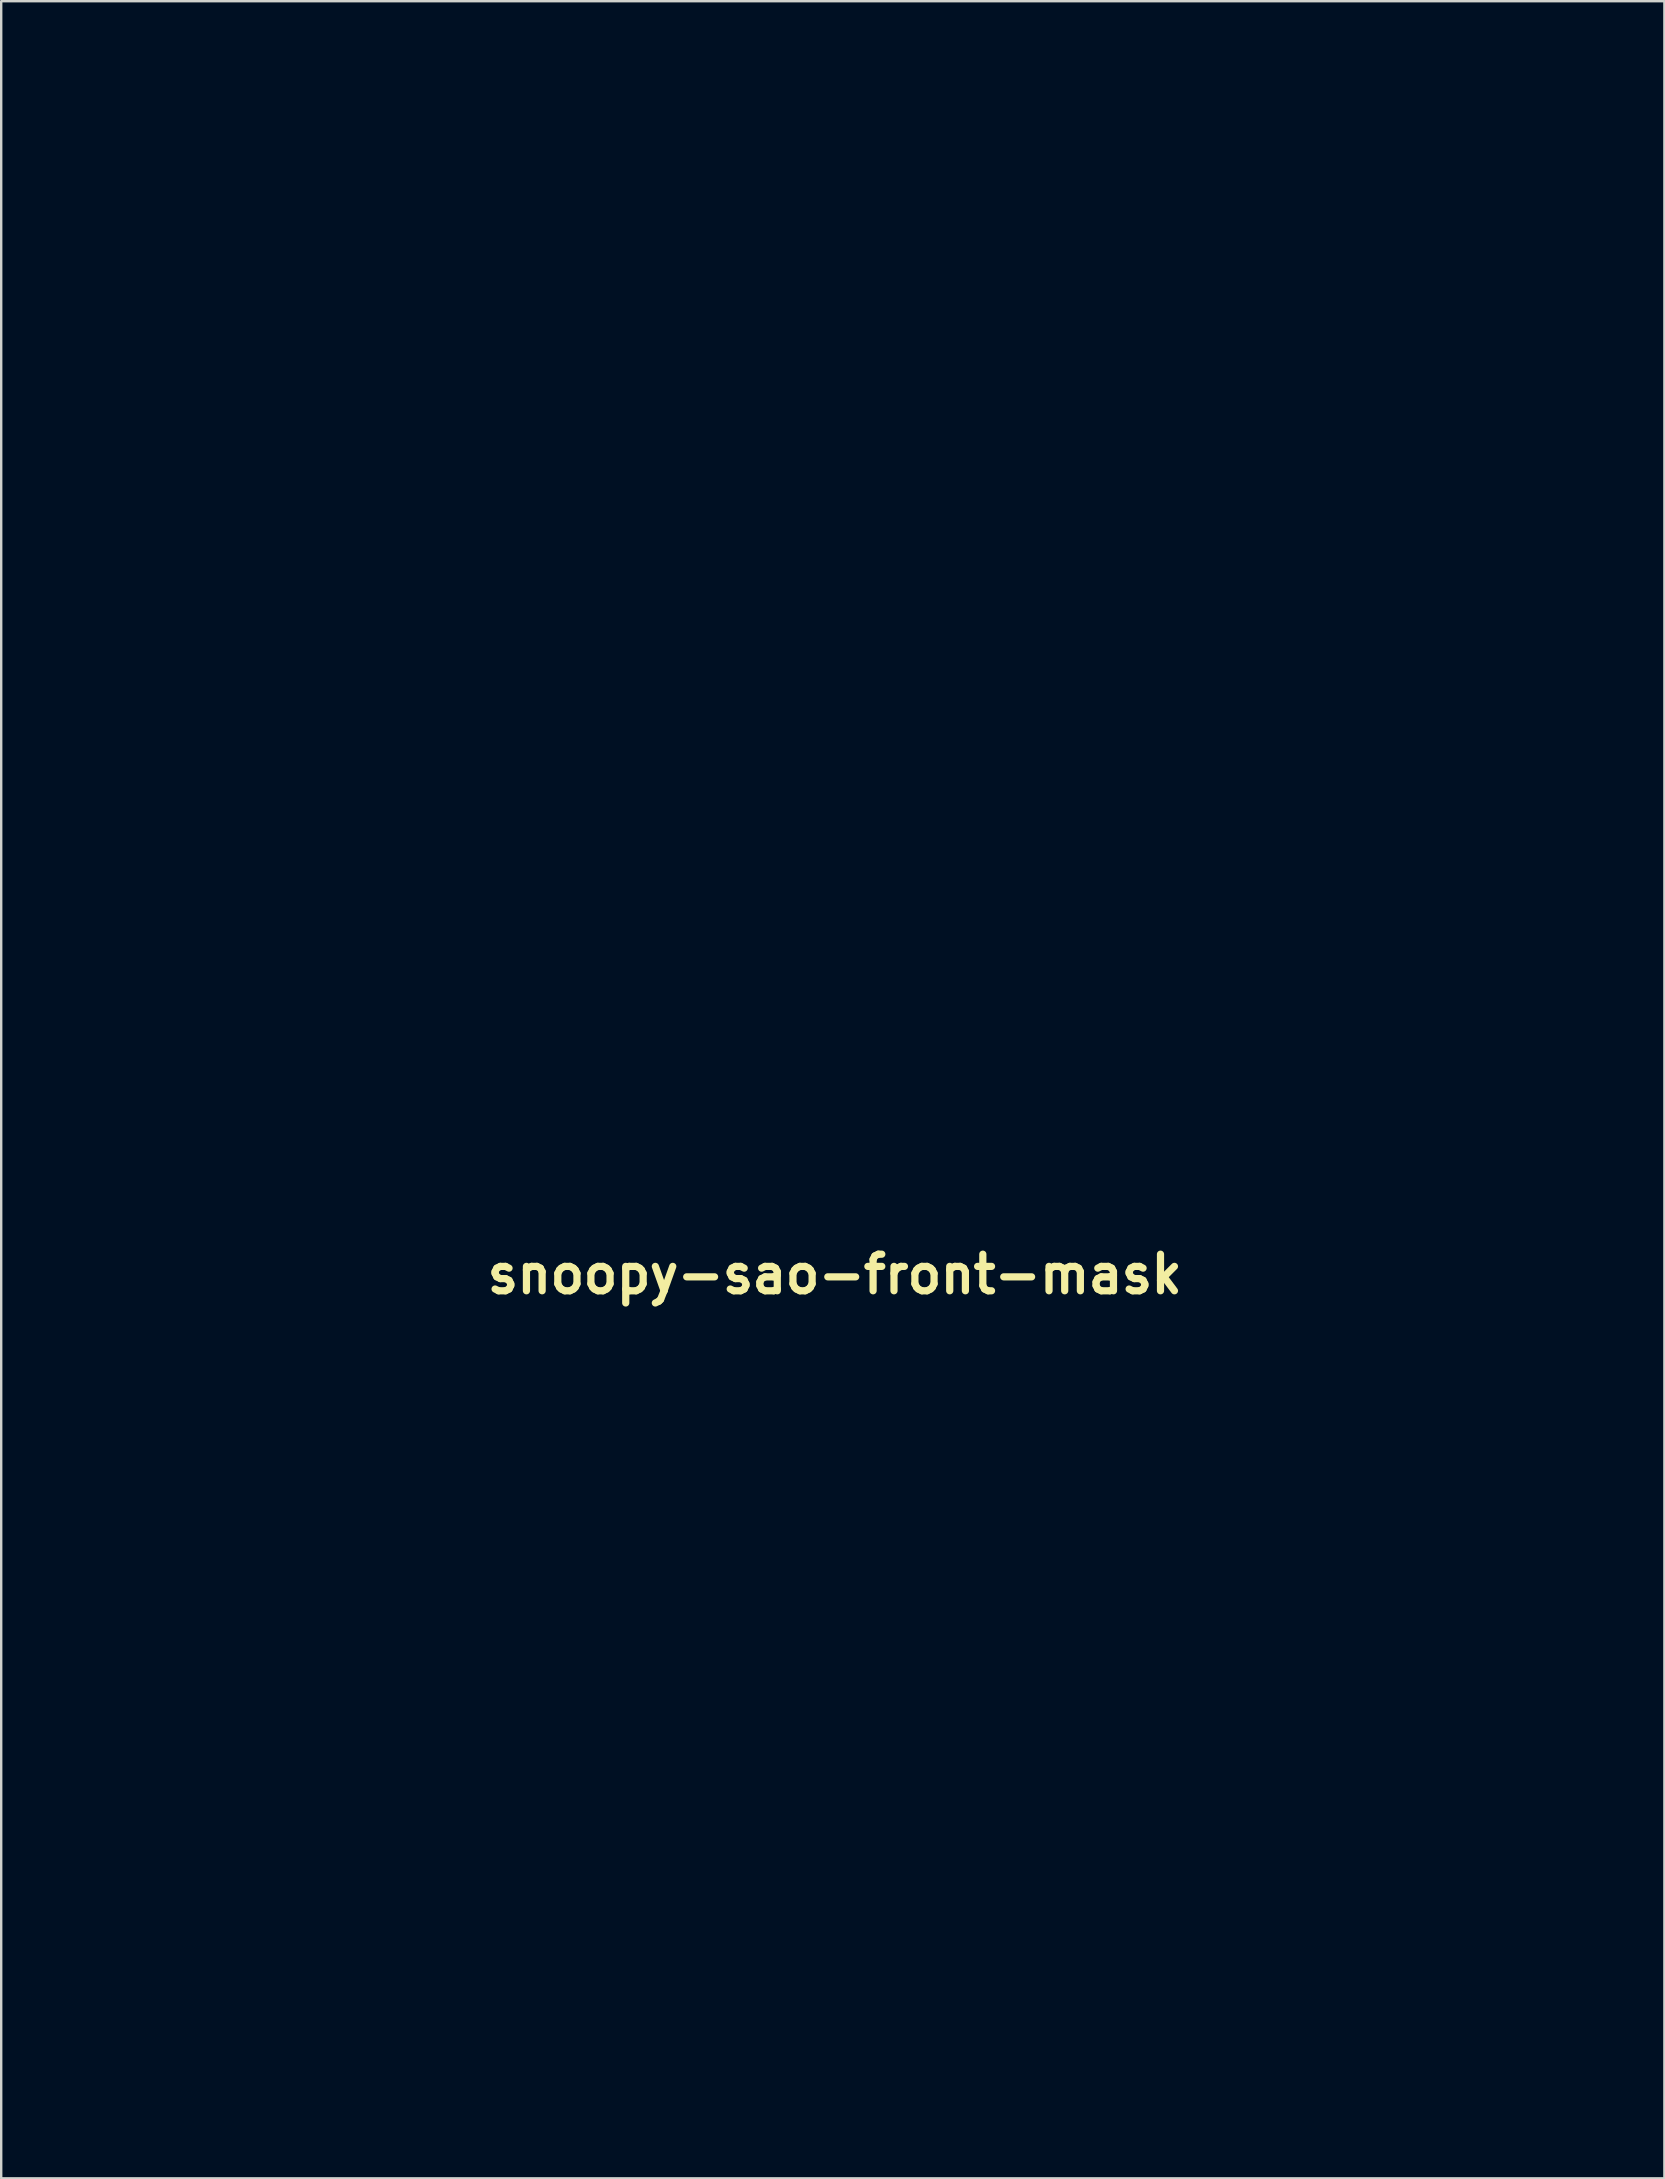
<source format=kicad_pcb>
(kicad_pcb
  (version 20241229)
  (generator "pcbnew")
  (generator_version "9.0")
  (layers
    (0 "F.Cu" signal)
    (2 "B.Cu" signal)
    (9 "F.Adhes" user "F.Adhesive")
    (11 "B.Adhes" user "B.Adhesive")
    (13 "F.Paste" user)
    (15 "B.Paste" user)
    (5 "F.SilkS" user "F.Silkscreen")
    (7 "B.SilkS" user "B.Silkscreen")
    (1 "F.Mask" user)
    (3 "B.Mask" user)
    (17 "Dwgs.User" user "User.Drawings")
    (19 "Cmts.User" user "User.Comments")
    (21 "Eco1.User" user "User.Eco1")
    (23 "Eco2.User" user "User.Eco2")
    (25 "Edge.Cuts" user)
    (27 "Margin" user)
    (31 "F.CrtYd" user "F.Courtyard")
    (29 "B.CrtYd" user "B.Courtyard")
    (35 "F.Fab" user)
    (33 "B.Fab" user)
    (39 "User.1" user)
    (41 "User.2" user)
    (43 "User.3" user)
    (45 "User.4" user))
  (footprint "snoopy-sao-front-mask"
    (layer "F.Cu")
    (at 31.728 50.037)
    (property "Reference" "snoopy-sao-front-mask" (at 0 0 0) (layer "F.SilkS") (effects (font (size 1.524 1.524) (thickness 0.3))))
    (attr through_hole)
    (fp_poly (pts (xy 0.711 -34.122) (xy 1.103 -33.608) (xy 1.427 -32.756) (xy 1.655 -31.624) (xy 1.756 -30.266) (xy 1.758 -30.19) (xy 1.731 -29.297) (xy 1.601 -28.8) (xy 1.376 -28.602) (xy 1.003 -28.476) (xy 0.746 -28.532) (xy 0.365 -28.838) (xy 0.301 -28.892) (xy -0.02 -29.423) (xy -0.264 -30.294) (xy -0.414 -31.342) (xy -0.457 -32.403) (xy -0.376 -33.314) (xy -0.159 -33.909) (xy 0.281 -34.241) (xy 0.711 -34.122)) (stroke (width 0.01) (type solid)) (fill yes) (layer "F.Mask"))
    (fp_poly (pts (xy 23.816 -34.96) (xy 23.788 -34.653) (xy 23.537 -34.31) (xy 23.206 -33.845) (xy 22.801 -33.178) (xy 22.389 -32.435) (xy 22.035 -31.74) (xy 21.807 -31.219) (xy 21.771 -30.997) (xy 21.778 -30.995) (xy 22.174 -31.197) (xy 22.732 -31.697) (xy 23.338 -32.37) (xy 23.873 -33.091) (xy 24.122 -33.513) (xy 24.524 -34.169) (xy 24.873 -34.519) (xy 25.099 -34.508) (xy 25.146 -34.284) (xy 25.356 -34.008) (xy 25.757 -33.791) (xy 26.323 -33.318) (xy 26.54 -32.781) (xy 26.716 -32.242) (xy 26.909 -32.005) (xy 26.917 -32.004) (xy 27.144 -31.838) (xy 27.358 -31.316) (xy 27.568 -30.405) (xy 27.78 -29.069) (xy 28.003 -27.274) (xy 28.096 -26.416) (xy 28.147 -25.017) (xy 27.98 -23.619) (xy 27.566 -22.132) (xy 26.88 -20.467) (xy 25.895 -18.535) (xy 25.547 -17.907) (xy 24.757 -16.53) (xy 24.137 -15.535) (xy 23.629 -14.848) (xy 23.177 -14.398) (xy 22.722 -14.112) (xy 22.424 -13.989) (xy 21.613 -13.644) (xy 20.897 -13.251) (xy 20.828 -13.204) (xy 20.16 -12.875) (xy 19.308 -12.619) (xy 19.116 -12.582) (xy 18.383 -12.506) (xy 17.885 -12.645) (xy 17.364 -13.077) (xy 17.287 -13.154) (xy 16.777 -13.779) (xy 16.455 -14.388) (xy 16.423 -14.509) (xy 16.135 -16.092) (xy 15.94 -17.319) (xy 15.822 -18.328) (xy 15.809 -18.542) (xy 21.082 -18.542) (xy 21.175 -18.333) (xy 21.251 -18.373) (xy 21.282 -18.674) (xy 21.251 -18.711) (xy 21.1 -18.676) (xy 21.082 -18.542) (xy 15.809 -18.542) (xy 15.764 -19.26) (xy 15.749 -20.208) (xy 15.814 -22.168) (xy 15.873 -22.606) (xy 24.384 -22.606) (xy 24.477 -22.397) (xy 24.553 -22.437) (xy 24.584 -22.738) (xy 24.553 -22.775) (xy 24.402 -22.74) (xy 24.384 -22.606) (xy 15.873 -22.606) (xy 16.011 -23.64) (xy 19.329 -23.64) (xy 19.491 -23.372) (xy 19.528 -23.368) (xy 19.715 -23.591) (xy 19.938 -24.158) (xy 20.047 -24.542) (xy 20.352 -25.499) (xy 20.658 -26.253) (xy 24.165 -26.253) (xy 24.319 -26.286) (xy 24.322 -26.289) (xy 24.501 -26.648) (xy 24.733 -27.36) (xy 24.971 -28.281) (xy 25.002 -28.417) (xy 25.186 -29.33) (xy 25.292 -30.035) (xy 25.299 -30.402) (xy 25.289 -30.421) (xy 25.168 -30.429) (xy 25.036 -30.153) (xy 24.867 -29.52) (xy 24.659 -28.575) (xy 24.468 -27.694) (xy 24.29 -26.922) (xy 24.227 -26.67) (xy 24.165 -26.253) (xy 20.658 -26.253) (xy 20.777 -26.547) (xy 20.966 -26.947) (xy 21.39 -27.831) (xy 21.547 -28.331) (xy 21.433 -28.498) (xy 21.043 -28.385) (xy 20.828 -28.283) (xy 20.27 -27.886) (xy 20.072 -27.333) (xy 20.062 -27.096) (xy 19.97 -26.318) (xy 19.747 -25.433) (xy 19.692 -25.273) (xy 19.398 -24.293) (xy 19.329 -23.64) (xy 16.011 -23.64) (xy 16.035 -23.82) (xy 16.456 -25.353) (xy 17.12 -26.956) (xy 17.514 -27.757) (xy 18.43 -29.489) (xy 19.284 -30.98) (xy 20.045 -32.183) (xy 20.682 -33.053) (xy 21.166 -33.545) (xy 21.433 -33.631) (xy 21.837 -33.728) (xy 22.333 -34.211) (xy 22.378 -34.271) (xy 22.869 -34.782) (xy 23.34 -35.043) (xy 23.416 -35.052) (xy 23.816 -34.96)) (stroke (width 0.01) (type solid)) (fill yes) (layer "F.Mask"))
    (fp_poly (pts (xy 4.217 -49.811) (xy 4.916 -49.217) (xy 5.419 -48.376) (xy 5.46 -48.264) (xy 5.736 -47.442) (xy 6.488 -48.06) (xy 7.621 -48.719) (xy 9.188 -49.21) (xy 11.14 -49.518) (xy 12.422 -49.608) (xy 13.677 -49.639) (xy 14.618 -49.591) (xy 15.436 -49.439) (xy 16.322 -49.161) (xy 16.471 -49.108) (xy 17.374 -48.749) (xy 18.125 -48.393) (xy 18.546 -48.129) (xy 18.978 -47.825) (xy 19.197 -47.751) (xy 19.51 -47.59) (xy 20.024 -47.185) (xy 20.263 -46.97) (xy 20.94 -46.453) (xy 21.872 -45.885) (xy 22.733 -45.447) (xy 23.618 -44.988) (xy 24.349 -44.505) (xy 24.761 -44.111) (xy 25.291 -43.533) (xy 25.804 -43.168) (xy 26.421 -42.673) (xy 26.795 -42.173) (xy 27.198 -41.531) (xy 27.724 -40.842) (xy 27.765 -40.795) (xy 28.235 -40.099) (xy 28.532 -39.388) (xy 28.545 -39.328) (xy 28.784 -38.65) (xy 29.198 -37.862) (xy 29.332 -37.654) (xy 29.811 -36.698) (xy 29.977 -35.596) (xy 29.98 -35.438) (xy 30.06 -34.563) (xy 30.254 -33.861) (xy 30.361 -33.67) (xy 30.589 -33.12) (xy 30.721 -32.32) (xy 30.734 -31.986) (xy 30.824 -31.016) (xy 31.047 -30.071) (xy 31.127 -29.856) (xy 31.377 -28.987) (xy 31.516 -27.986) (xy 31.525 -27.73) (xy 31.535 -26.775) (xy 31.553 -25.862) (xy 31.559 -25.654) (xy 31.529 -24.927) (xy 31.421 -23.94) (xy 31.289 -23.086) (xy 30.597 -20.234) (xy 29.601 -17.639) (xy 28.332 -15.336) (xy 26.82 -13.36) (xy 25.098 -11.747) (xy 23.196 -10.533) (xy 21.146 -9.752) (xy 19.279 -9.454) (xy 17.767 -9.459) (xy 16.582 -9.718) (xy 15.583 -10.288) (xy 14.63 -11.225) (xy 14.532 -11.341) (xy 13.995 -11.944) (xy 13.574 -12.345) (xy 13.405 -12.446) (xy 13.002 -12.289) (xy 12.35 -11.879) (xy 11.571 -11.309) (xy 10.788 -10.671) (xy 10.126 -10.057) (xy 9.933 -9.85) (xy 9.356 -9.033) (xy 8.877 -8.058) (xy 8.537 -7.055) (xy 8.374 -6.154) (xy 8.428 -5.484) (xy 8.552 -5.273) (xy 8.787 -4.94) (xy 8.642 -4.622) (xy 8.494 -4.466) (xy 8.275 -4.165) (xy 8.17 -3.737) (xy 8.165 -3.055) (xy 8.237 -2.08) (xy 8.394 -0.853) (xy 8.625 0.331) (xy 8.9 1.354) (xy 9.185 2.098) (xy 9.428 2.432) (xy 9.619 2.774) (xy 9.652 3.042) (xy 9.771 3.518) (xy 10.079 4.276) (xy 10.507 5.163) (xy 10.982 6.026) (xy 11.183 6.35) (xy 11.469 6.881) (xy 11.684 7.366) (xy 11.96 7.998) (xy 12.154 8.382) (xy 12.885 9.923) (xy 13.6 11.955) (xy 13.741 12.422) (xy 14.023 13.465) (xy 14.161 14.31) (xy 14.172 15.184) (xy 14.076 16.313) (xy 14.064 16.422) (xy 13.832 18.541) (xy 14.726 18.68) (xy 15.925 18.895) (xy 17.328 19.189) (xy 18.782 19.526) (xy 20.135 19.869) (xy 21.233 20.183) (xy 21.718 20.345) (xy 22.654 20.786) (xy 23.539 21.349) (xy 23.837 21.592) (xy 24.452 22.081) (xy 24.97 22.254) (xy 25.55 22.204) (xy 26.204 22.158) (xy 26.443 22.313) (xy 26.291 22.615) (xy 25.774 23.014) (xy 24.956 23.438) (xy 22.87 24.268) (xy 21.059 24.748) (xy 19.419 24.874) (xy 17.848 24.637) (xy 16.244 24.032) (xy 14.505 23.05) (xy 13.963 22.696) (xy 12.065 21.424) (xy 11.255 21.98) (xy 10.738 22.411) (xy 10.656 22.721) (xy 10.721 22.811) (xy 10.869 23.185) (xy 11.008 23.918) (xy 11.11 24.862) (xy 11.12 25.005) (xy 11.22 26.019) (xy 11.362 26.693) (xy 11.527 26.943) (xy 12.831 27.058) (xy 13.937 27.232) (xy 15.154 27.515) (xy 15.301 27.553) (xy 16.375 27.888) (xy 17.137 28.285) (xy 17.779 28.851) (xy 17.891 28.972) (xy 18.583 29.93) (xy 19.031 30.941) (xy 19.189 31.869) (xy 19.051 32.511) (xy 18.836 32.867) (xy 18.577 33.043) (xy 18.082 33.141) (xy 17.78 33.18) (xy 17.194 33.255) (xy 16.314 33.368) (xy 15.494 33.472) (xy 14.49 33.65) (xy 13.573 33.895) (xy 13.056 34.101) (xy 12.783 34.214) (xy 12.399 34.308) (xy 11.851 34.384) (xy 11.087 34.447) (xy 10.057 34.498) (xy 8.706 34.54) (xy 6.984 34.577) (xy 4.838 34.612) (xy 3.277 34.632) (xy 1.074 34.654) (xy -0.978 34.66) (xy -2.817 34.652) (xy -4.378 34.632) (xy -5.602 34.598) (xy -6.424 34.553) (xy -6.731 34.513) (xy -7.957 34.282) (xy -9.47 34.071) (xy -11.051 33.905) (xy -12.479 33.809) (xy -12.97 33.796) (xy -13.853 33.748) (xy -14.435 33.578) (xy -14.922 33.213) (xy -15.095 33.039) (xy -15.69 32.073) (xy -15.86 30.926) (xy -15.822 30.741) (xy -14.702 30.741) (xy -14.524 31.596) (xy -14.208 32.02) (xy -13.655 32.412) (xy -13.286 32.341) (xy -13.148 31.828) (xy -13.162 31.555) (xy -13.027 30.72) (xy -12.523 30.065) (xy -11.773 29.734) (xy -11.557 29.718) (xy -11.04 29.826) (xy -10.968 30.084) (xy -11.345 30.39) (xy -11.532 30.471) (xy -12.17 30.83) (xy -12.376 31.33) (xy -12.306 31.84) (xy -12.045 32.315) (xy -11.481 32.535) (xy -11.306 32.56) (xy -10.737 32.583) (xy -10.466 32.383) (xy -10.327 31.823) (xy -10.316 31.76) (xy -9.86 30.458) (xy -8.929 29.287) (xy -7.512 28.235) (xy -7.216 28.064) (xy -6.351 27.603) (xy -5.649 27.315) (xy -4.925 27.155) (xy -3.995 27.075) (xy -3.207 27.045) (xy -2.079 26.981) (xy -1.065 26.873) (xy -0.33 26.74) (xy -0.157 26.687) (xy 0.605 26.533) (xy 1.623 26.602) (xy 1.993 26.665) (xy 2.949 26.787) (xy 3.84 26.811) (xy 4.23 26.773) (xy 4.698 26.653) (xy 4.963 26.427) (xy 5.107 25.958) (xy 5.207 25.184) (xy 5.388 23.989) (xy 5.621 23.158) (xy 5.888 22.742) (xy 6.098 22.734) (xy 6.211 23.048) (xy 6.285 23.732) (xy 6.319 24.651) (xy 6.314 25.671) (xy 6.272 26.654) (xy 6.193 27.466) (xy 6.078 27.971) (xy 6.062 28.003) (xy 5.665 28.406) (xy 5.211 28.312) (xy 4.981 28.076) (xy 4.541 27.852) (xy 3.68 27.713) (xy 2.476 27.659) (xy 1.009 27.685) (xy -0.643 27.792) (xy -2.401 27.975) (xy -4.186 28.233) (xy -4.826 28.345) (xy -5.61 28.624) (xy -6.505 29.144) (xy -7.395 29.809) (xy -8.165 30.525) (xy -8.698 31.196) (xy -8.88 31.681) (xy -8.672 32.065) (xy -8.14 32.456) (xy -7.452 32.744) (xy -7.147 32.809) (xy -6.707 32.774) (xy -6.419 32.43) (xy -6.258 32.009) (xy -5.878 31.341) (xy -5.322 30.889) (xy -4.734 30.732) (xy -4.288 30.917) (xy -4.219 31.182) (xy -4.579 31.488) (xy -4.797 31.608) (xy -5.345 32.042) (xy -5.588 32.54) (xy -5.481 32.962) (xy -5.271 33.106) (xy -4.835 33.188) (xy -4.116 33.243) (xy -3.81 33.252) (xy -3.064 33.222) (xy -2.623 33.036) (xy -2.287 32.601) (xy -2.234 32.51) (xy -1.779 31.945) (xy -1.182 31.755) (xy -1.028 31.75) (xy -0.444 31.84) (xy -0.268 32.053) (xy -0.54 32.301) (xy -0.739 32.378) (xy -1.297 32.68) (xy -1.511 32.877) (xy -1.374 32.99) (xy -0.803 33.078) (xy 0.128 33.141) (xy 1.347 33.181) (xy 2.779 33.199) (xy 4.352 33.196) (xy 5.993 33.172) (xy 7.627 33.13) (xy 9.182 33.07) (xy 10.584 32.993) (xy 11.76 32.9) (xy 12.637 32.793) (xy 13.141 32.672) (xy 13.168 32.66) (xy 13.957 32.39) (xy 14.861 32.26) (xy 14.968 32.258) (xy 15.837 32.17) (xy 16.717 31.944) (xy 17.464 31.633) (xy 17.939 31.291) (xy 18.034 31.084) (xy 17.872 30.697) (xy 17.462 30.124) (xy 17.209 29.832) (xy 16.26 29.109) (xy 14.984 28.56) (xy 13.549 28.246) (xy 12.769 28.197) (xy 12.031 28.107) (xy 11.217 27.882) (xy 10.485 27.583) (xy 9.993 27.27) (xy 9.876 27.087) (xy 9.864 26.685) (xy 9.867 25.962) (xy 9.876 25.4) (xy 9.856 24.415) (xy 9.769 23.483) (xy 9.704 23.114) (xy 9.541 22.551) (xy 9.284 22.313) (xy 8.761 22.286) (xy 8.461 22.308) (xy 7.135 22.164) (xy 6.409 21.874) (xy 5.658 21.336) (xy 5.576 21.223) (xy 14.986 21.223) (xy 15.212 21.559) (xy 15.814 21.981) (xy 16.679 22.437) (xy 17.693 22.878) (xy 18.744 23.253) (xy 19.718 23.512) (xy 20.299 23.596) (xy 20.727 23.568) (xy 21.479 23.469) (xy 22.268 23.342) (xy 23.262 23.099) (xy 23.76 22.808) (xy 23.771 22.476) (xy 23.303 22.111) (xy 22.365 21.72) (xy 20.967 21.31) (xy 19.377 20.943) (xy 18.185 20.689) (xy 17.164 20.464) (xy 16.423 20.293) (xy 16.073 20.201) (xy 15.654 20.277) (xy 15.231 20.645) (xy 14.994 21.126) (xy 14.986 21.223) (xy 5.576 21.223) (xy 5.088 20.552) (xy 4.69 19.481) (xy 4.456 18.077) (xy 4.377 16.298) (xy 4.445 14.101) (xy 4.561 12.457) (xy 4.727 10.685) (xy 4.895 9.387) (xy 5.075 8.528) (xy 5.275 8.072) (xy 5.504 7.986) (xy 5.648 8.086) (xy 5.757 8.424) (xy 5.786 9.162) (xy 5.734 10.337) (xy 5.647 11.479) (xy 5.501 14.197) (xy 5.569 16.461) (xy 5.849 18.267) (xy 6.341 19.615) (xy 7.046 20.503) (xy 7.493 20.782) (xy 7.983 20.944) (xy 8.245 20.775) (xy 8.371 20.508) (xy 8.605 19.805) (xy 8.75 19.241) (xy 8.961 18.675) (xy 9.191 18.584) (xy 9.359 18.946) (xy 9.398 19.422) (xy 9.541 20.242) (xy 9.947 20.636) (xy 10.58 20.592) (xy 11.318 20.164) (xy 11.881 19.651) (xy 11.975 19.302) (xy 11.595 19.083) (xy 11.204 19.008) (xy 10.657 18.727) (xy 10.341 18.196) (xy 10.365 17.619) (xy 10.411 17.531) (xy 10.645 17.371) (xy 11.049 17.524) (xy 11.379 17.744) (xy 11.998 18.154) (xy 12.316 18.23) (xy 12.432 17.955) (xy 12.446 17.54) (xy 12.304 16.898) (xy 11.797 16.412) (xy 11.674 16.336) (xy 11.192 15.984) (xy 10.883 15.54) (xy 10.724 14.905) (xy 10.692 13.978) (xy 10.741 13.046) (xy 11.947 13.046) (xy 12.121 13.632) (xy 12.274 13.959) (xy 12.36 13.808) (xy 12.399 13.626) (xy 12.346 13.089) (xy 12.216 12.876) (xy 11.98 12.765) (xy 11.947 13.046) (xy 10.741 13.046) (xy 10.762 12.66) (xy 10.774 12.495) (xy 10.874 11.139) (xy 10.928 10.196) (xy 10.932 9.573) (xy 10.88 9.177) (xy 10.769 8.915) (xy 10.594 8.693) (xy 10.587 8.685) (xy 10.229 8.107) (xy 10.025 7.556) (xy 9.843 7.052) (xy 9.67 6.858) (xy 9.474 6.645) (xy 9.17 6.105) (xy 8.826 5.386) (xy 8.513 4.637) (xy 8.299 4.006) (xy 8.263 3.852) (xy 8.05 3.241) (xy 7.79 2.749) (xy 7.46 2.039) (xy 7.16 1.088) (xy 6.975 0.164) (xy 6.971 0.127) (xy 6.789 -1.103) (xy 6.563 -2.042) (xy 6.317 -2.602) (xy 6.191 -2.715) (xy 5.752 -2.709) (xy 5.074 -2.534) (xy 4.82 -2.44) (xy 3.982 -2.177) (xy 3.19 -2.038) (xy 3.043 -2.032) (xy 2.492 -1.938) (xy 2.284 -1.714) (xy 2.158 -1.25) (xy 1.843 -0.529) (xy 1.424 0.28) (xy 0.989 1.005) (xy 0.699 1.397) (xy -1.004 3.589) (xy -2.287 5.823) (xy -3.224 8.248) (xy -3.664 9.906) (xy -3.973 12.048) (xy -3.96 14.209) (xy -3.639 16.253) (xy -3.023 18.042) (xy -2.835 18.415) (xy -1.91 19.593) (xy -0.593 20.481) (xy 1.077 21.058) (xy 2.236 21.245) (xy 3.442 21.473) (xy 4.371 21.855) (xy 4.94 22.346) (xy 5.08 22.764) (xy 4.992 22.968) (xy 4.658 23.045) (xy 3.972 23.011) (xy 3.581 22.97) (xy 2.729 22.892) (xy 2.235 22.922) (xy 1.955 23.092) (xy 1.789 23.348) (xy 1.62 24.054) (xy 1.666 25.029) (xy 1.739 25.752) (xy 1.661 26.092) (xy 1.477 26.162) (xy 0.981 26.028) (xy 0.876 25.957) (xy 0.614 25.889) (xy 0.023 25.867) (xy -0.932 25.895) (xy -2.283 25.973) (xy -4.063 26.103) (xy -6.307 26.286) (xy -6.992 26.345) (xy -8.226 26.48) (xy -9.08 26.652) (xy -9.682 26.895) (xy -10.011 27.114) (xy -10.69 27.508) (xy -11.359 27.692) (xy -11.401 27.693) (xy -12.051 27.874) (xy -12.858 28.327) (xy -13.65 28.934) (xy -14.26 29.575) (xy -14.403 29.793) (xy -14.702 30.741) (xy -15.822 30.741) (xy -15.606 29.697) (xy -15.126 28.765) (xy -14.672 28.149) (xy -14.299 27.758) (xy -14.163 27.686) (xy -13.825 27.535) (xy -13.296 27.161) (xy -13.162 27.051) (xy -12.385 26.587) (xy -11.64 26.416) (xy -10.888 26.265) (xy -10.152 25.903) (xy -10.149 25.9) (xy -9.567 25.59) (xy -8.84 25.444) (xy -7.824 25.426) (xy -6.977 25.424) (xy -5.873 25.387) (xy -4.614 25.322) (xy -3.306 25.237) (xy -2.052 25.14) (xy -0.955 25.038) (xy -0.121 24.939) (xy 0.348 24.851) (xy 0.408 24.823) (xy 0.529 24.502) (xy 0.656 23.874) (xy 0.69 23.643) (xy 0.744 22.973) (xy 0.644 22.67) (xy 0.399 22.606) (xy -0.24 22.463) (xy -1.121 22.088) (xy -2.091 21.566) (xy -2.992 20.978) (xy -3.599 20.479) (xy -4.312 19.473) (xy -4.854 18.029) (xy -5.214 16.19) (xy -5.381 13.999) (xy -5.389 13.589) (xy -5.18 10.827) (xy -4.51 8.075) (xy -3.417 5.435) (xy -1.937 3.011) (xy -1.172 2.038) (xy -0.419 1.053) (xy 0.246 0.011) (xy 0.695 -0.886) (xy 0.72 -0.952) (xy 1.216 -2.297) (xy 0.671 -2.584) (xy 0.174 -2.913) (xy -0.046 -3.136) (xy -0.078 -3.595) (xy 0.233 -4.128) (xy 0.272 -4.159) (xy 5.045 -4.159) (xy 5.382 -4.115) (xy 5.461 -4.114) (xy 5.895 -4.141) (xy 5.933 -4.22) (xy 5.91 -4.231) (xy 5.406 -4.281) (xy 5.148 -4.24) (xy 5.045 -4.159) (xy 0.272 -4.159) (xy 0.782 -4.566) (xy 0.872 -4.611) (xy 1.267 -4.877) (xy 1.347 -5.286) (xy 1.277 -5.683) (xy 0.992 -6.676) (xy 0.593 -7.421) (xy -0.011 -7.997) (xy -0.91 -8.485) (xy -2.195 -8.963) (xy -2.604 -9.096) (xy -4.446 -9.643) (xy -6.276 -10.096) (xy -8.241 -10.486) (xy -10.487 -10.842) (xy -11.891 -11.034) (xy -13.211 -11.226) (xy -14.451 -11.439) (xy -15.466 -11.648) (xy -16.082 -11.814) (xy -16.839 -12.045) (xy -17.45 -12.177) (xy -17.583 -12.188) (xy -18.428 -12.375) (xy -19.504 -12.882) (xy -20.709 -13.645) (xy -21.939 -14.602) (xy -22.816 -15.408) (xy -24.677 -17.253) (xy -25.656 -16.605) (xy -26.782 -16.076) (xy -28.046 -15.817) (xy -29.276 -15.843) (xy -30.301 -16.168) (xy -30.401 -16.227) (xy -31.163 -16.99) (xy -31.608 -18.05) (xy -31.723 -19.296) (xy -31.71 -19.368) (xy -30.5 -19.368) (xy -30.116 -18.005) (xy -30.093 -17.949) (xy -29.654 -17.448) (xy -28.928 -17.108) (xy -28.472 -17.034) (xy -28.274 -17.097) (xy -28.446 -17.381) (xy -28.536 -17.483) (xy -28.952 -18.265) (xy -28.945 -19.111) (xy -28.571 -19.913) (xy -27.884 -20.56) (xy -26.938 -20.943) (xy -26.79 -20.969) (xy -25.654 -21.14) (xy -25.654 -22.36) (xy -25.704 -23.389) (xy -23.966 -23.389) (xy -23.966 -23.368) (xy -23.925 -21.741) (xy -23.791 -20.488) (xy -23.527 -19.478) (xy -23.092 -18.58) (xy -22.449 -17.663) (xy -22.199 -17.35) (xy -21.224 -16.363) (xy -19.961 -15.362) (xy -18.601 -14.483) (xy -17.332 -13.86) (xy -17.203 -13.811) (xy -16.413 -13.57) (xy -15.306 -13.286) (xy -14.012 -12.988) (xy -12.663 -12.703) (xy -11.387 -12.458) (xy -10.316 -12.28) (xy -9.579 -12.197) (xy -9.481 -12.194) (xy -8.745 -12.134) (xy -7.811 -11.984) (xy -7.393 -11.896) (xy -6.051 -11.754) (xy -4.451 -11.842) (xy -2.771 -12.132) (xy -1.191 -12.596) (xy -0.3 -12.98) (xy 0.713 -13.584) (xy 1.835 -14.399) (xy 2.967 -15.336) (xy 4.008 -16.306) (xy 4.86 -17.218) (xy 5.423 -17.985) (xy 5.546 -18.233) (xy 5.785 -19.146) (xy 5.88 -20.123) (xy 5.878 -20.225) (xy 5.961 -21.116) (xy 6.234 -21.599) (xy 6.673 -21.77) (xy 7.009 -21.46) (xy 7.252 -20.658) (xy 7.283 -20.477) (xy 7.324 -19.749) (xy 7.104 -19.251) (xy 6.893 -19.028) (xy 6.489 -18.447) (xy 6.35 -17.907) (xy 6.228 -17.325) (xy 6.032 -17.035) (xy 5.727 -16.779) (xy 5.119 -16.265) (xy 4.292 -15.564) (xy 3.332 -14.747) (xy 3.195 -14.631) (xy 1.345 -13.18) (xy -0.292 -12.161) (xy -1.708 -11.578) (xy -2.69 -11.43) (xy -3.199 -11.369) (xy -3.222 -11.189) (xy -2.768 -10.898) (xy -1.842 -10.502) (xy -1.711 -10.452) (xy -0.712 -10.038) (xy 0.24 -9.578) (xy 0.795 -9.263) (xy 1.578 -8.543) (xy 2.246 -7.549) (xy 2.684 -6.482) (xy 2.794 -5.762) (xy 2.859 -5.368) (xy 3.112 -5.142) (xy 3.635 -5.068) (xy 4.514 -5.127) (xy 5.362 -5.236) (xy 6.477 -5.392) (xy 7.062 -7.205) (xy 7.474 -8.377) (xy 7.912 -9.33) (xy 8.451 -10.145) (xy 9.163 -10.905) (xy 10.121 -11.691) (xy 11.399 -12.585) (xy 12.51 -13.31) (xy 13.261 -13.794) (xy 13.097 -17.247) (xy 13.045 -19.923) (xy 13.177 -22.218) (xy 13.507 -24.227) (xy 14.05 -26.05) (xy 14.698 -27.539) (xy 15.361 -28.776) (xy 16.012 -29.825) (xy 16.603 -30.619) (xy 17.083 -31.094) (xy 17.404 -31.184) (xy 17.434 -31.161) (xy 17.442 -30.84) (xy 17.225 -30.256) (xy 17.033 -29.891) (xy 16.576 -29.068) (xy 16.037 -28.049) (xy 15.664 -27.318) (xy 15.112 -25.904) (xy 14.708 -24.231) (xy 14.45 -22.382) (xy 14.333 -20.441) (xy 14.353 -18.494) (xy 14.507 -16.623) (xy 14.791 -14.913) (xy 15.201 -13.448) (xy 15.734 -12.313) (xy 16.362 -11.607) (xy 17.252 -11.225) (xy 18.413 -11.064) (xy 19.66 -11.123) (xy 20.807 -11.4) (xy 21.358 -11.662) (xy 21.995 -12.002) (xy 22.486 -12.182) (xy 22.56 -12.191) (xy 22.933 -12.352) (xy 23.554 -12.769) (xy 24.304 -13.348) (xy 25.064 -13.99) (xy 25.716 -14.602) (xy 26.142 -15.086) (xy 26.158 -15.108) (xy 26.927 -16.258) (xy 27.469 -17.094) (xy 27.844 -17.718) (xy 28.116 -18.234) (xy 28.328 -18.702) (xy 28.832 -20.027) (xy 29.271 -21.444) (xy 29.569 -22.703) (xy 29.602 -22.896) (xy 29.755 -24.214) (xy 29.831 -25.657) (xy 29.833 -27.076) (xy 29.761 -28.323) (xy 29.616 -29.251) (xy 29.57 -29.409) (xy 29.338 -30.337) (xy 29.216 -31.267) (xy 29.21 -31.451) (xy 29.088 -32.309) (xy 28.786 -33.223) (xy 28.702 -33.401) (xy 28.372 -34.287) (xy 28.201 -35.212) (xy 28.194 -35.384) (xy 28.058 -36.275) (xy 27.72 -37.037) (xy 27.715 -37.045) (xy 27.315 -37.765) (xy 26.992 -38.607) (xy 26.974 -38.669) (xy 26.493 -39.748) (xy 25.649 -40.96) (xy 24.533 -42.208) (xy 23.232 -43.394) (xy 21.837 -44.421) (xy 21.538 -44.608) (xy 20.729 -45.144) (xy 20.076 -45.655) (xy 19.733 -46.016) (xy 19.303 -46.447) (xy 18.643 -46.852) (xy 18.542 -46.899) (xy 17.679 -47.274) (xy 16.833 -47.64) (xy 16.819 -47.646) (xy 15.988 -47.862) (xy 14.807 -47.988) (xy 13.422 -48.027) (xy 11.983 -47.981) (xy 10.637 -47.853) (xy 9.533 -47.645) (xy 9.155 -47.525) (xy 7.898 -46.915) (xy 6.54 -46.044) (xy 5.287 -45.055) (xy 4.513 -44.291) (xy 3.752 -43.58) (xy 2.663 -42.754) (xy 1.387 -41.903) (xy 0.063 -41.115) (xy -1.172 -40.476) (xy -2.135 -40.089) (xy -3.152 -39.842) (xy -4.422 -39.668) (xy -6.042 -39.555) (xy -7.239 -39.511) (xy -8.66 -39.455) (xy -10.015 -39.372) (xy -11.165 -39.273) (xy -11.972 -39.166) (xy -12.065 -39.148) (xy -14.491 -38.434) (xy -16.635 -37.349) (xy -18.534 -35.863) (xy -20.229 -33.946) (xy -21.757 -31.569) (xy -21.777 -31.532) (xy -22.688 -29.779) (xy -23.318 -28.252) (xy -23.712 -26.788) (xy -23.913 -25.221) (xy -23.966 -23.389) (xy -25.704 -23.389) (xy -25.708 -23.48) (xy -25.903 -24.136) (xy -26.286 -24.361) (xy -26.907 -24.191) (xy -27.628 -23.781) (xy -29.051 -22.731) (xy -29.989 -21.68) (xy -30.465 -20.576) (xy -30.5 -19.368) (xy -31.71 -19.368) (xy -31.494 -20.619) (xy -31.07 -21.628) (xy -30.507 -22.425) (xy -29.712 -23.25) (xy -28.789 -24.027) (xy -27.839 -24.683) (xy -26.965 -25.143) (xy -26.268 -25.332) (xy -26.012 -25.299) (xy -25.717 -25.365) (xy -25.654 -25.689) (xy -25.499 -26.92) (xy -25.068 -28.424) (xy -24.412 -30.085) (xy -23.584 -31.788) (xy -22.634 -33.417) (xy -21.615 -34.858) (xy -21.475 -35.033) (xy -19.471 -37.188) (xy -17.399 -38.854) (xy -15.267 -40.026) (xy -13.084 -40.698) (xy -12.827 -40.744) (xy -12.112 -40.868) (xy -11.191 -41.035) (xy -10.795 -41.11) (xy -9.721 -41.235) (xy -8.578 -41.254) (xy -8.255 -41.234) (xy -6.345 -41.174) (xy -4.408 -41.323) (xy -2.582 -41.655) (xy -1.008 -42.149) (xy -0.077 -42.609) (xy 0.507 -43.006) (xy 1.274 -43.577) (xy 2.132 -44.246) (xy 2.984 -44.934) (xy 3.736 -45.567) (xy 4.294 -46.065) (xy 4.561 -46.354) (xy 4.572 -46.383) (xy 4.424 -46.743) (xy 4.062 -47.319) (xy 3.604 -47.945) (xy 3.171 -48.457) (xy 2.901 -48.684) (xy 2.435 -48.643) (xy 2.066 -48.418) (xy 1.584 -48.059) (xy 1.387 -48.089) (xy 1.506 -48.499) (xy 1.545 -48.578) (xy 2.113 -49.34) (xy 2.847 -49.868) (xy 3.464 -50.032) (xy 4.217 -49.811)) (stroke (width 0.01) (type solid)) (fill yes) (layer "F.Mask")))
  (gr_rect
    (start -3 -3)
    (end 66.292 87.703)
    (stroke (width 0.1) (type default))
    (fill no)
    (layer "Edge.Cuts")))
</source>
